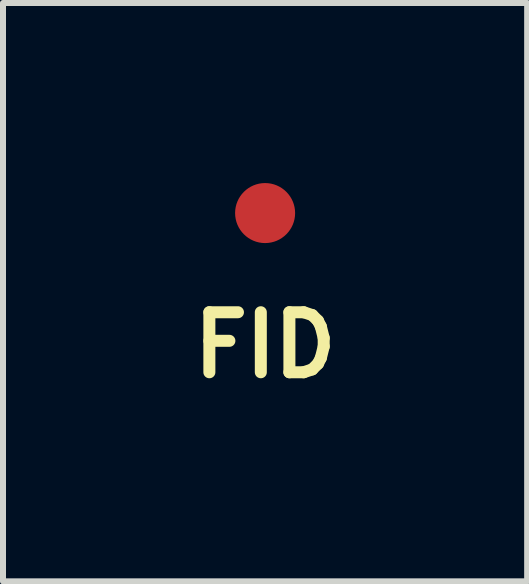
<source format=kicad_pcb>
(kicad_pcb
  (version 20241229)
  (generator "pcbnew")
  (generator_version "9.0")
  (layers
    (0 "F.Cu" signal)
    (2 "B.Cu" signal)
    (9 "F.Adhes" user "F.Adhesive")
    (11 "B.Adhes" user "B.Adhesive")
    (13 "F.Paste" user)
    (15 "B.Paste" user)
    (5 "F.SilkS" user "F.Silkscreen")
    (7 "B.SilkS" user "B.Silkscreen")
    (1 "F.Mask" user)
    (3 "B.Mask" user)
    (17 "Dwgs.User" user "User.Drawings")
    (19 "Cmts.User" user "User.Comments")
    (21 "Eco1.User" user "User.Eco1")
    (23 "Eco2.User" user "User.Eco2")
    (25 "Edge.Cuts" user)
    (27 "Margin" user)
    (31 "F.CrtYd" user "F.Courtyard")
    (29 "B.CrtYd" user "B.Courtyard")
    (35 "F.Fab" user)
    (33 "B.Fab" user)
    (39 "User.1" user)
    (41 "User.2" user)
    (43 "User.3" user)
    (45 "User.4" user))
  (footprint "FID"
    (layer "F.Cu")
    (at 1.367 0.5)
    (property "Reference" "FID" (at 0 2.2 0) (layer "F.SilkS") (effects (font (size 1 1) (thickness 0.2))))
    (attr smd)
    (pad "" smd circle (at 0 0) (size 1 1) (layers "F.Cu" "F.Mask")))
  (gr_rect
    (start -3 -3)
    (end 5.733 6.636)
    (stroke (width 0.1) (type default))
    (fill no)
    (layer "Edge.Cuts")))
</source>
